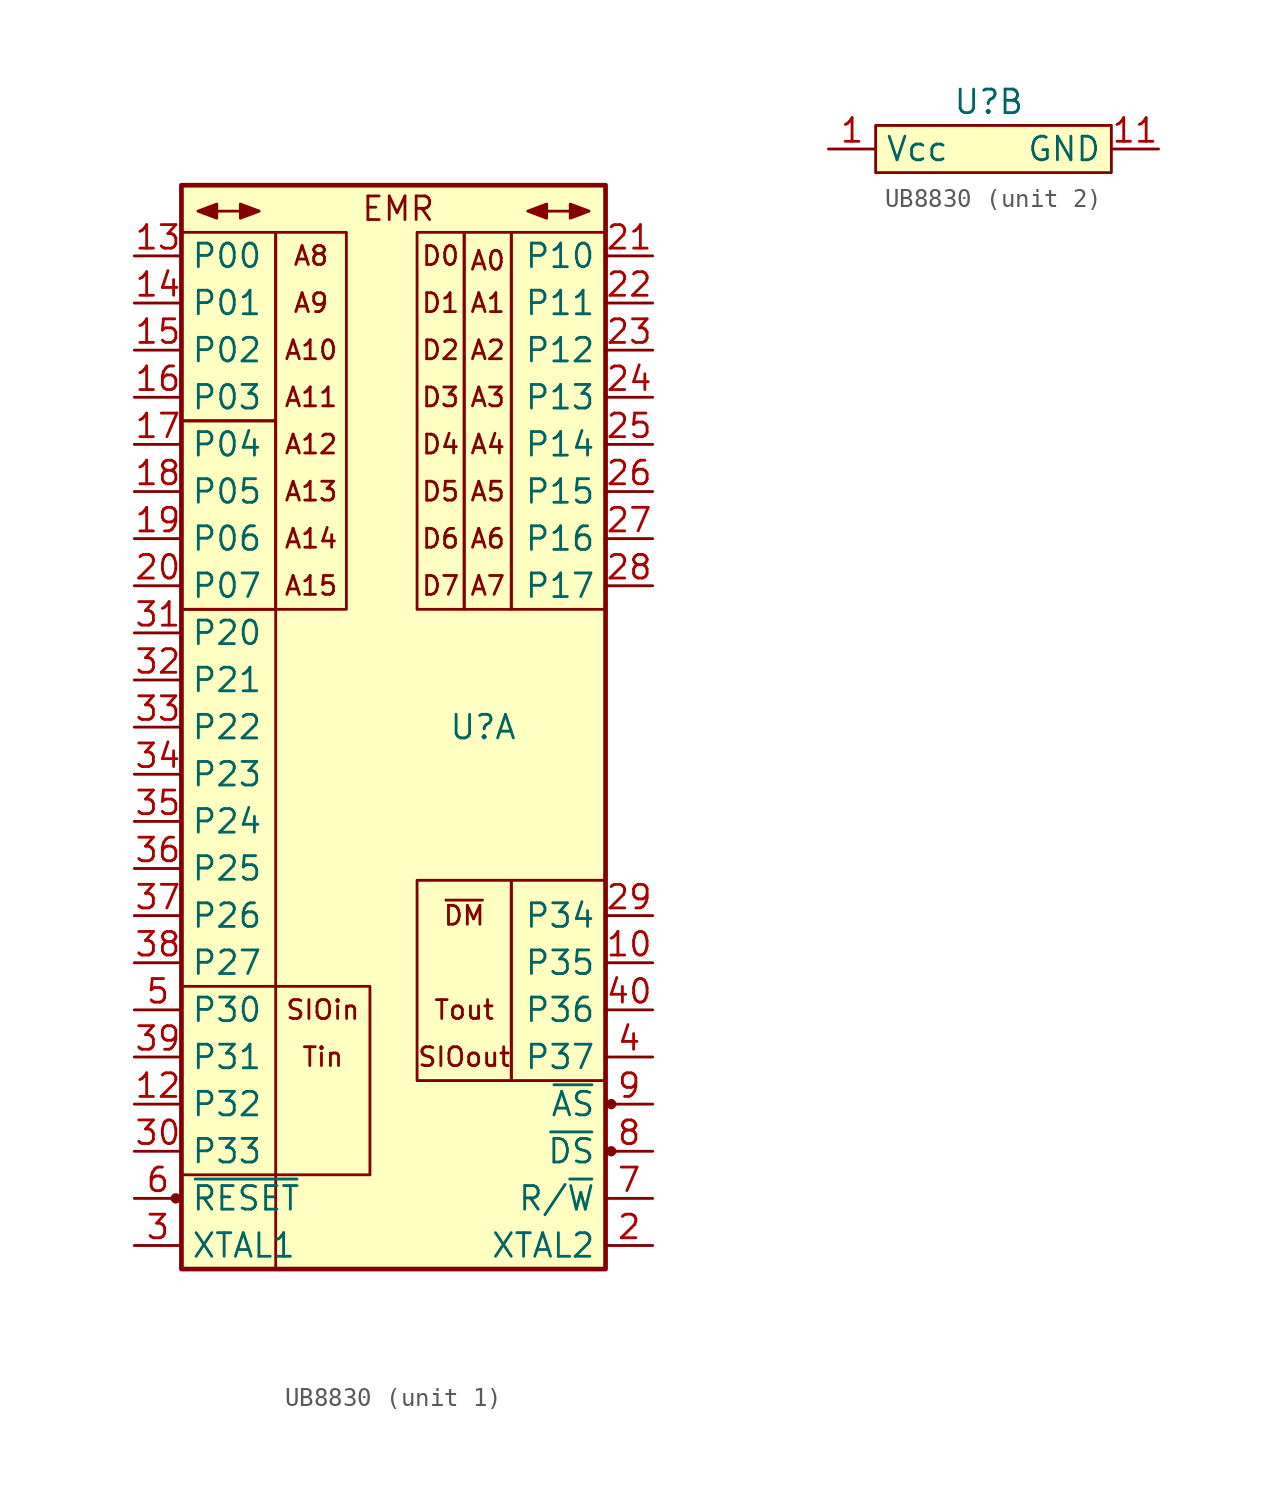
<source format=kicad_sym>
(kicad_symbol_lib
  (version 20231120)
  (generator "kicad_symbol_editor")
  (generator_version "8.0")
  (symbol "UB8830"
    (property "Reference" "U"
      (at 4.826 0 0)
      (effects (font (size 1.27 1.27))))
    (property "Value" ""
      (at 1.27 -2.54 90)
      (effects (font (size 1.27 1.27))))
    (symbol "UB8830_1_1"
      (circle (center -11.735 -25.4) (radius 0.203) (stroke (width 0) (type solid)) (fill (type outline)))
      (rectangle (start -11.43 -24.13) (end -6.35 -29.21) (stroke (width 0) (type solid)) (fill (type none)))
      (rectangle (start -11.43 6.35) (end -6.35 -13.97) (stroke (width 0) (type solid)) (fill (type none)))
      (rectangle (start -11.43 16.51) (end -6.35 6.35) (stroke (width 0) (type solid)) (fill (type none)))
      (rectangle (start -11.43 26.67) (end -6.35 16.51) (stroke (width 0) (type solid)) (fill (type none)))
      (rectangle (start -11.43 29.21) (end 11.43 -29.21) (stroke (width 0.254) (type solid)) (fill (type background)))
      (rectangle (start -6.35 26.67) (end -2.54 6.35) (stroke (width 0) (type solid)) (fill (type none)))
      (rectangle (start -1.27 -13.97) (end -6.35 -24.13) (stroke (width 0) (type solid)) (fill (type none)))
      (polyline (pts (xy -9.525 27.813) (xy -8.255 27.813)) (stroke (width 0) (type solid)) (fill (type none)))
      (polyline (pts (xy 8.255 27.813) (xy 9.525 27.813)) (stroke (width 0) (type solid)) (fill (type none)))
      (polyline (pts (xy -9.525 28.194) (xy -10.541 27.813) (xy -9.525 27.432) (xy -9.525 28.194)) (stroke (width 0) (type solid)) (fill (type outline)))
      (polyline (pts (xy -8.255 28.194) (xy -7.239 27.813) (xy -8.255 27.432) (xy -8.255 28.194)) (stroke (width 0) (type solid)) (fill (type outline)))
      (polyline (pts (xy 8.255 28.194) (xy 7.239 27.813) (xy 8.255 27.432) (xy 8.255 28.194)) (stroke (width 0) (type solid)) (fill (type outline)))
      (polyline (pts (xy 9.525 28.194) (xy 10.541 27.813) (xy 9.525 27.432) (xy 9.525 28.194)) (stroke (width 0) (type solid)) (fill (type outline)))
      (rectangle (start 1.27 26.67) (end 3.81 6.35) (stroke (width 0) (type solid)) (fill (type none)))
      (rectangle (start 3.81 26.67) (end 6.35 6.35) (stroke (width 0) (type solid)) (fill (type none)))
      (rectangle (start 6.35 -19.05) (end 11.43 -8.255) (stroke (width 0) (type solid)) (fill (type none)))
      (rectangle (start 6.35 -8.255) (end 1.27 -19.05) (stroke (width 0) (type solid)) (fill (type none)))
      (rectangle (start 6.35 26.67) (end 11.43 6.35) (stroke (width 0) (type solid)) (fill (type none)))
      (circle (center 11.735 -22.86) (radius 0.203) (stroke (width 0) (type solid)) (fill (type outline)))
      (circle (center 11.735 -20.32) (radius 0.203) (stroke (width 0) (type solid)) (fill (type outline)))
      (text "A0" (at 5.08 25.146 0) (effects (font (size 1.016 1.016))))
      (text "A1" (at 5.08 22.86 0) (effects (font (size 1.016 1.016))))
      (text "A10" (at -4.445 20.32 0) (effects (font (size 1.016 1.016))))
      (text "A11" (at -4.445 17.78 0) (effects (font (size 1.016 1.016))))
      (text "A12" (at -4.445 15.24 0) (effects (font (size 1.016 1.016))))
      (text "A13" (at -4.445 12.7 0) (effects (font (size 1.016 1.016))))
      (text "A14" (at -4.445 10.16 0) (effects (font (size 1.016 1.016))))
      (text "A15" (at -4.445 7.62 0) (effects (font (size 1.016 1.016))))
      (text "A2" (at 5.08 20.32 0) (effects (font (size 1.016 1.016))))
      (text "A3" (at 5.08 17.78 0) (effects (font (size 1.016 1.016))))
      (text "A4" (at 5.08 15.24 0) (effects (font (size 1.016 1.016))))
      (text "A5" (at 5.08 12.7 0) (effects (font (size 1.016 1.016))))
      (text "A6" (at 5.08 10.16 0) (effects (font (size 1.016 1.016))))
      (text "A7" (at 5.08 7.62 0) (effects (font (size 1.016 1.016))))
      (text "A8" (at -4.445 25.4 0) (effects (font (size 1.016 1.016))))
      (text "A9" (at -4.445 22.86 0) (effects (font (size 1.016 1.016))))
      (text "D0" (at 2.54 25.4 0) (effects (font (size 1.016 1.016))))
      (text "D1" (at 2.54 22.86 0) (effects (font (size 1.016 1.016))))
      (text "D2" (at 2.54 20.32 0) (effects (font (size 1.016 1.016))))
      (text "D3" (at 2.54 17.78 0) (effects (font (size 1.016 1.016))))
      (text "D4" (at 2.54 15.24 0) (effects (font (size 1.016 1.016))))
      (text "D5" (at 2.54 12.7 0) (effects (font (size 1.016 1.016))))
      (text "D6" (at 2.54 10.16 0) (effects (font (size 1.016 1.016))))
      (text "D7" (at 2.54 7.62 0) (effects (font (size 1.016 1.016))))
      (text "EMR" (at 0.254 27.94 0) (effects (font (size 1.27 1.27))))
      (text "SIOin" (at -3.81 -15.24 0) (effects (font (size 1.016 1.016))))
      (text "SIOout" (at 3.81 -17.78 0) (effects (font (size 1.016 1.016))))
      (text "Tin" (at -3.81 -17.78 0) (effects (font (size 1.016 1.016))))
      (text "Tout" (at 3.81 -15.24 0) (effects (font (size 1.016 1.016))))
      (text "~{DM}" (at 3.81 -10.16 0) (effects (font (size 1.016 1.016))))
      (pin output line (at 13.97 -12.7 180) (length 2.54) (name "P35" (effects (font (size 1.27 1.27)))) (number "10" (effects (font (size 1.27 1.27)))))
      (pin input line (at -13.97 -20.32 0) (length 2.54) (name "P32" (effects (font (size 1.27 1.27)))) (number "12" (effects (font (size 1.27 1.27)))))
      (pin bidirectional line (at -13.97 25.4 0) (length 2.54) (name "P00" (effects (font (size 1.27 1.27)))) (number "13" (effects (font (size 1.27 1.27)))))
      (pin bidirectional line (at -13.97 22.86 0) (length 2.54) (name "P01" (effects (font (size 1.27 1.27)))) (number "14" (effects (font (size 1.27 1.27)))))
      (pin bidirectional line (at -13.97 20.32 0) (length 2.54) (name "P02" (effects (font (size 1.27 1.27)))) (number "15" (effects (font (size 1.27 1.27)))))
      (pin bidirectional line (at -13.97 17.78 0) (length 2.54) (name "P03" (effects (font (size 1.27 1.27)))) (number "16" (effects (font (size 1.27 1.27)))))
      (pin bidirectional line (at -13.97 15.24 0) (length 2.54) (name "P04" (effects (font (size 1.27 1.27)))) (number "17" (effects (font (size 1.27 1.27)))))
      (pin bidirectional line (at -13.97 12.7 0) (length 2.54) (name "P05" (effects (font (size 1.27 1.27)))) (number "18" (effects (font (size 1.27 1.27)))))
      (pin bidirectional line (at -13.97 10.16 0) (length 2.54) (name "P06" (effects (font (size 1.27 1.27)))) (number "19" (effects (font (size 1.27 1.27)))))
      (pin output line (at 13.97 -27.94 180) (length 2.54) (name "XTAL2" (effects (font (size 1.27 1.27)))) (number "2" (effects (font (size 1.27 1.27)))))
      (pin bidirectional line (at -13.97 7.62 0) (length 2.54) (name "P07" (effects (font (size 1.27 1.27)))) (number "20" (effects (font (size 1.27 1.27)))))
      (pin bidirectional line (at 13.97 25.4 180) (length 2.54) (name "P10" (effects (font (size 1.27 1.27)))) (number "21" (effects (font (size 1.27 1.27)))))
      (pin bidirectional line (at 13.97 22.86 180) (length 2.54) (name "P11" (effects (font (size 1.27 1.27)))) (number "22" (effects (font (size 1.27 1.27)))))
      (pin bidirectional line (at 13.97 20.32 180) (length 2.54) (name "P12" (effects (font (size 1.27 1.27)))) (number "23" (effects (font (size 1.27 1.27)))))
      (pin bidirectional line (at 13.97 17.78 180) (length 2.54) (name "P13" (effects (font (size 1.27 1.27)))) (number "24" (effects (font (size 1.27 1.27)))))
      (pin bidirectional line (at 13.97 15.24 180) (length 2.54) (name "P14" (effects (font (size 1.27 1.27)))) (number "25" (effects (font (size 1.27 1.27)))))
      (pin bidirectional line (at 13.97 12.7 180) (length 2.54) (name "P15" (effects (font (size 1.27 1.27)))) (number "26" (effects (font (size 1.27 1.27)))))
      (pin bidirectional line (at 13.97 10.16 180) (length 2.54) (name "P16" (effects (font (size 1.27 1.27)))) (number "27" (effects (font (size 1.27 1.27)))))
      (pin bidirectional line (at 13.97 7.62 180) (length 2.54) (name "P17" (effects (font (size 1.27 1.27)))) (number "28" (effects (font (size 1.27 1.27)))))
      (pin output line (at 13.97 -10.16 180) (length 2.54) (name "P34" (effects (font (size 1.27 1.27)))) (number "29" (effects (font (size 1.27 1.27)))))
      (pin input line (at -13.97 -27.94 0) (length 2.54) (name "XTAL1" (effects (font (size 1.27 1.27)))) (number "3" (effects (font (size 1.27 1.27)))))
      (pin input line (at -13.97 -22.86 0) (length 2.54) (name "P33" (effects (font (size 1.27 1.27)))) (number "30" (effects (font (size 1.27 1.27)))))
      (pin bidirectional line (at -13.97 5.08 0) (length 2.54) (name "P20" (effects (font (size 1.27 1.27)))) (number "31" (effects (font (size 1.27 1.27)))))
      (pin bidirectional line (at -13.97 2.54 0) (length 2.54) (name "P21" (effects (font (size 1.27 1.27)))) (number "32" (effects (font (size 1.27 1.27)))))
      (pin bidirectional line (at -13.97 0 0) (length 2.54) (name "P22" (effects (font (size 1.27 1.27)))) (number "33" (effects (font (size 1.27 1.27)))))
      (pin bidirectional line (at -13.97 -2.54 0) (length 2.54) (name "P23" (effects (font (size 1.27 1.27)))) (number "34" (effects (font (size 1.27 1.27)))))
      (pin bidirectional line (at -13.97 -5.08 0) (length 2.54) (name "P24" (effects (font (size 1.27 1.27)))) (number "35" (effects (font (size 1.27 1.27)))))
      (pin bidirectional line (at -13.97 -7.62 0) (length 2.54) (name "P25" (effects (font (size 1.27 1.27)))) (number "36" (effects (font (size 1.27 1.27)))))
      (pin bidirectional line (at -13.97 -10.16 0) (length 2.54) (name "P26" (effects (font (size 1.27 1.27)))) (number "37" (effects (font (size 1.27 1.27)))))
      (pin bidirectional line (at -13.97 -12.7 0) (length 2.54) (name "P27" (effects (font (size 1.27 1.27)))) (number "38" (effects (font (size 1.27 1.27)))))
      (pin input line (at -13.97 -17.78 0) (length 2.54) (name "P31" (effects (font (size 1.27 1.27)))) (number "39" (effects (font (size 1.27 1.27)))))
      (pin output line (at 13.97 -17.78 180) (length 2.54) (name "P37" (effects (font (size 1.27 1.27)))) (number "4" (effects (font (size 1.27 1.27)))))
      (pin output line (at 13.97 -15.24 180) (length 2.54) (name "P36" (effects (font (size 1.27 1.27)))) (number "40" (effects (font (size 1.27 1.27)))))
      (pin input line (at -13.97 -15.24 0) (length 2.54) (name "P30" (effects (font (size 1.27 1.27)))) (number "5" (effects (font (size 1.27 1.27)))))
      (pin input line (at -13.97 -25.4 0) (length 2.54) (name "~{RESET}" (effects (font (size 1.27 1.27)))) (number "6" (effects (font (size 1.27 1.27)))))
      (pin tri_state line (at 13.97 -25.4 180) (length 2.54) (name "R/~{W}" (effects (font (size 1.27 1.27)))) (number "7" (effects (font (size 1.27 1.27)))))
      (pin tri_state line (at 13.97 -22.86 180) (length 2.54) (name "~{DS}" (effects (font (size 1.27 1.27)))) (number "8" (effects (font (size 1.27 1.27)))))
      (pin tri_state line (at 13.97 -20.32 180) (length 2.54) (name "~{AS}" (effects (font (size 1.27 1.27)))) (number "9" (effects (font (size 1.27 1.27))))))
    (symbol "UB8830_2_1"
      (rectangle (start -1.27 -1.27) (end 11.43 -3.81) (stroke (width 0) (type solid)) (fill (type background)))
      (pin power_in line (at -3.81 -2.54 0) (length 2.54) (name "Vcc" (effects (font (size 1.27 1.27)))) (number "1" (effects (font (size 1.27 1.27)))))
      (pin power_in line (at 13.97 -2.54 180) (length 2.54) (name "GND" (effects (font (size 1.27 1.27)))) (number "11" (effects (font (size 1.27 1.27))))))))
</source>
